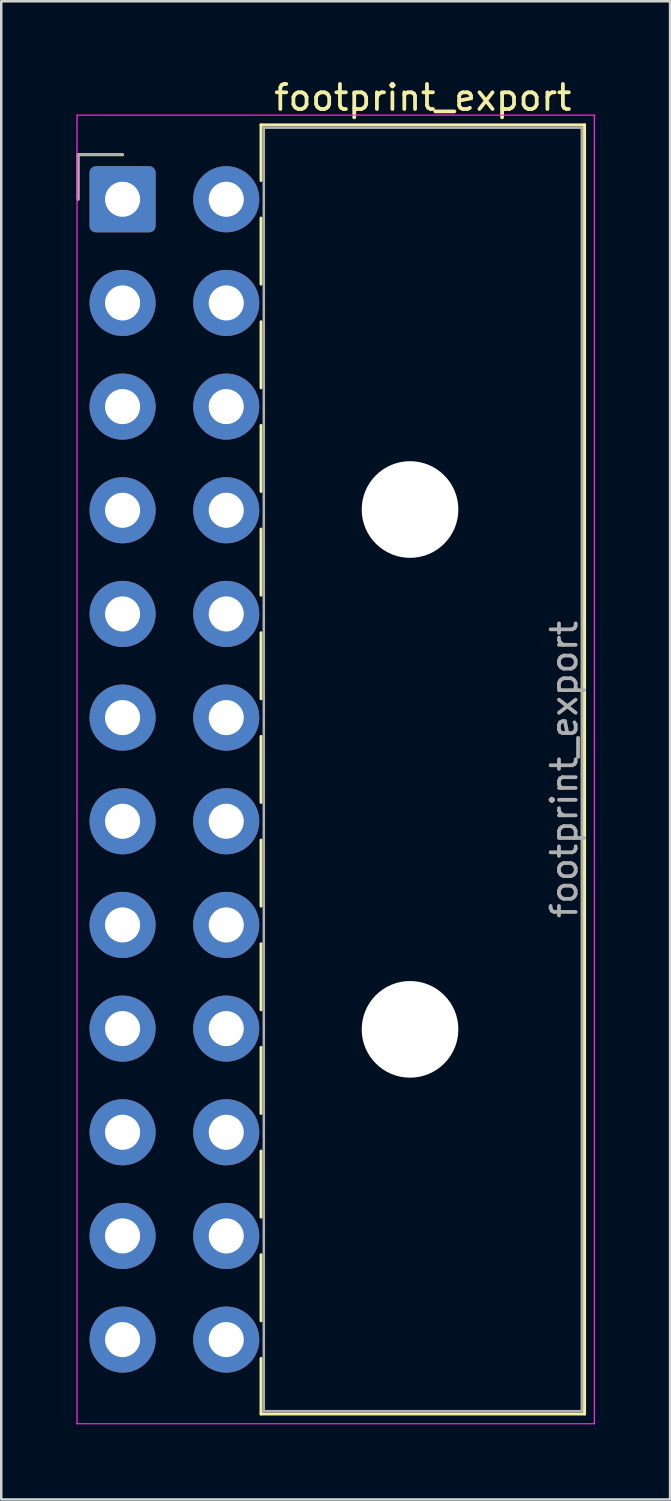
<source format=kicad_pcb>
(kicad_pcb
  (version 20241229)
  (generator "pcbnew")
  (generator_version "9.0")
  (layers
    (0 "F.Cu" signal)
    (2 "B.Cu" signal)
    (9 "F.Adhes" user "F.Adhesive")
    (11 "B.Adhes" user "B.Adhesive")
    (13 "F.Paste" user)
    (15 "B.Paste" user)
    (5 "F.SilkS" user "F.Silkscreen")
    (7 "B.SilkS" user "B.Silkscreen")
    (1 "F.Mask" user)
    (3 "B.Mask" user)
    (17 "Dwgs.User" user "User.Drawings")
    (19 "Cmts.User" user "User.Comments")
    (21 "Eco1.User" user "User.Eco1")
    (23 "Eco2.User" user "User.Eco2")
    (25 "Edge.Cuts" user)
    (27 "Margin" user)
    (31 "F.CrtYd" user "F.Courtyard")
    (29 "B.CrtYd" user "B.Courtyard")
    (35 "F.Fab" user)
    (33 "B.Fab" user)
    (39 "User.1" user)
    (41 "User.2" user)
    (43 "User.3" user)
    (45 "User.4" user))
  (footprint "footprint_export"
    (layer "F.Cu")
    (at 1.845 4.908)
    (property "Reference" "footprint_export" (at 11.99 -4.06 0) (layer "F.SilkS") (effects (font (size 1 1) (thickness 0.15))))
    (attr through_hole)
    (fp_line (start -1.78 -1.78) (end -1.78 0) (stroke (width 0.12) (type solid)) (layer "F.SilkS"))
    (fp_line (start 0 -1.78) (end -1.78 -1.78) (stroke (width 0.12) (type solid)) (layer "F.SilkS"))
    (fp_line (start 5.53 -2.97) (end 18.45 -2.97) (stroke (width 0.12) (type solid)) (layer "F.SilkS"))
    (fp_line (start 5.53 -0.751) (end 5.53 -2.97) (stroke (width 0.12) (type solid)) (layer "F.SilkS"))
    (fp_line (start 5.53 0.751) (end 5.53 3.389) (stroke (width 0.12) (type solid)) (layer "F.SilkS"))
    (fp_line (start 5.53 4.891) (end 5.53 7.529) (stroke (width 0.12) (type solid)) (layer "F.SilkS"))
    (fp_line (start 5.53 9.031) (end 5.53 11.669) (stroke (width 0.12) (type solid)) (layer "F.SilkS"))
    (fp_line (start 5.53 13.171) (end 5.53 15.809) (stroke (width 0.12) (type solid)) (layer "F.SilkS"))
    (fp_line (start 5.53 17.311) (end 5.53 19.949) (stroke (width 0.12) (type solid)) (layer "F.SilkS"))
    (fp_line (start 5.53 21.451) (end 5.53 24.089) (stroke (width 0.12) (type solid)) (layer "F.SilkS"))
    (fp_line (start 5.53 25.591) (end 5.53 28.229) (stroke (width 0.12) (type solid)) (layer "F.SilkS"))
    (fp_line (start 5.53 29.731) (end 5.53 32.369) (stroke (width 0.12) (type solid)) (layer "F.SilkS"))
    (fp_line (start 5.53 33.871) (end 5.53 36.509) (stroke (width 0.12) (type solid)) (layer "F.SilkS"))
    (fp_line (start 5.53 38.011) (end 5.53 40.649) (stroke (width 0.12) (type solid)) (layer "F.SilkS"))
    (fp_line (start 5.53 42.151) (end 5.53 44.789) (stroke (width 0.12) (type solid)) (layer "F.SilkS"))
    (fp_line (start 5.53 48.51) (end 5.53 46.291) (stroke (width 0.12) (type solid)) (layer "F.SilkS"))
    (fp_line (start 18.45 -2.97) (end 18.45 48.51) (stroke (width 0.12) (type solid)) (layer "F.SilkS"))
    (fp_line (start 18.45 48.51) (end 5.53 48.51) (stroke (width 0.12) (type solid)) (layer "F.SilkS"))
    (fp_line (start -1.82 -3.36) (end -1.82 48.9) (stroke (width 0.05) (type solid)) (layer "F.CrtYd"))
    (fp_line (start -1.82 48.9) (end 18.84 48.9) (stroke (width 0.05) (type solid)) (layer "F.CrtYd"))
    (fp_line (start 18.84 -3.36) (end -1.82 -3.36) (stroke (width 0.05) (type solid)) (layer "F.CrtYd"))
    (fp_line (start 18.84 48.9) (end 18.84 -3.36) (stroke (width 0.05) (type solid)) (layer "F.CrtYd"))
    (fp_line (start -1.78 -1.78) (end -1.78 0) (stroke (width 0.1) (type solid)) (layer "F.Fab"))
    (fp_line (start 0 -1.78) (end -1.78 -1.78) (stroke (width 0.1) (type solid)) (layer "F.Fab"))
    (fp_line (start 5.64 -2.86) (end 5.64 48.4) (stroke (width 0.1) (type solid)) (layer "F.Fab"))
    (fp_line (start 5.64 48.4) (end 18.34 48.4) (stroke (width 0.1) (type solid)) (layer "F.Fab"))
    (fp_line (start 18.34 -2.86) (end 5.64 -2.86) (stroke (width 0.1) (type solid)) (layer "F.Fab"))
    (fp_line (start 18.34 48.4) (end 18.34 -2.86) (stroke (width 0.1) (type solid)) (layer "F.Fab"))
    (fp_text user "${REFERENCE}" (at 17.64 22.77 90) (layer "F.Fab") (effects (font (size 1 1) (thickness 0.15))))
    (pad "" np_thru_hole circle (at 11.48 12.39) (size 3.86 3.86) (drill 3.86) (layers "*.Cu" "*.Mask"))
    (pad "" np_thru_hole circle (at 11.48 33.15) (size 3.86 3.86) (drill 3.86) (layers "*.Cu" "*.Mask"))
    (pad "1" thru_hole roundrect (at 0 0) (size 2.64 2.64) (drill 1.4) (layers "*.Cu" "*.Mask") (roundrect_rratio 0.095))
    (pad "2" thru_hole circle (at 0 4.14) (size 2.64 2.64) (drill 1.4) (layers "*.Cu" "*.Mask"))
    (pad "3" thru_hole circle (at 0 8.28) (size 2.64 2.64) (drill 1.4) (layers "*.Cu" "*.Mask"))
    (pad "4" thru_hole circle (at 0 12.42) (size 2.64 2.64) (drill 1.4) (layers "*.Cu" "*.Mask"))
    (pad "5" thru_hole circle (at 0 16.56) (size 2.64 2.64) (drill 1.4) (layers "*.Cu" "*.Mask"))
    (pad "6" thru_hole circle (at 0 20.7) (size 2.64 2.64) (drill 1.4) (layers "*.Cu" "*.Mask"))
    (pad "7" thru_hole circle (at 0 24.84) (size 2.64 2.64) (drill 1.4) (layers "*.Cu" "*.Mask"))
    (pad "8" thru_hole circle (at 0 28.98) (size 2.64 2.64) (drill 1.4) (layers "*.Cu" "*.Mask"))
    (pad "9" thru_hole circle (at 0 33.12) (size 2.64 2.64) (drill 1.4) (layers "*.Cu" "*.Mask"))
    (pad "10" thru_hole circle (at 0 37.26) (size 2.64 2.64) (drill 1.4) (layers "*.Cu" "*.Mask"))
    (pad "11" thru_hole circle (at 0 41.4) (size 2.64 2.64) (drill 1.4) (layers "*.Cu" "*.Mask"))
    (pad "12" thru_hole circle (at 0 45.54) (size 2.64 2.64) (drill 1.4) (layers "*.Cu" "*.Mask"))
    (pad "13" thru_hole circle (at 4.14 0) (size 2.64 2.64) (drill 1.4) (layers "*.Cu" "*.Mask"))
    (pad "14" thru_hole circle (at 4.14 4.14) (size 2.64 2.64) (drill 1.4) (layers "*.Cu" "*.Mask"))
    (pad "15" thru_hole circle (at 4.14 8.28) (size 2.64 2.64) (drill 1.4) (layers "*.Cu" "*.Mask"))
    (pad "16" thru_hole circle (at 4.14 12.42) (size 2.64 2.64) (drill 1.4) (layers "*.Cu" "*.Mask"))
    (pad "17" thru_hole circle (at 4.14 16.56) (size 2.64 2.64) (drill 1.4) (layers "*.Cu" "*.Mask"))
    (pad "18" thru_hole circle (at 4.14 20.7) (size 2.64 2.64) (drill 1.4) (layers "*.Cu" "*.Mask"))
    (pad "19" thru_hole circle (at 4.14 24.84) (size 2.64 2.64) (drill 1.4) (layers "*.Cu" "*.Mask"))
    (pad "20" thru_hole circle (at 4.14 28.98) (size 2.64 2.64) (drill 1.4) (layers "*.Cu" "*.Mask"))
    (pad "21" thru_hole circle (at 4.14 33.12) (size 2.64 2.64) (drill 1.4) (layers "*.Cu" "*.Mask"))
    (pad "22" thru_hole circle (at 4.14 37.26) (size 2.64 2.64) (drill 1.4) (layers "*.Cu" "*.Mask"))
    (pad "23" thru_hole circle (at 4.14 41.4) (size 2.64 2.64) (drill 1.4) (layers "*.Cu" "*.Mask"))
    (pad "24" thru_hole circle (at 4.14 45.54) (size 2.64 2.64) (drill 1.4) (layers "*.Cu" "*.Mask")))
  (gr_rect
    (start -3 -3)
    (end 23.71 56.833)
    (stroke (width 0.1) (type default))
    (fill no)
    (layer "Edge.Cuts")))
</source>
